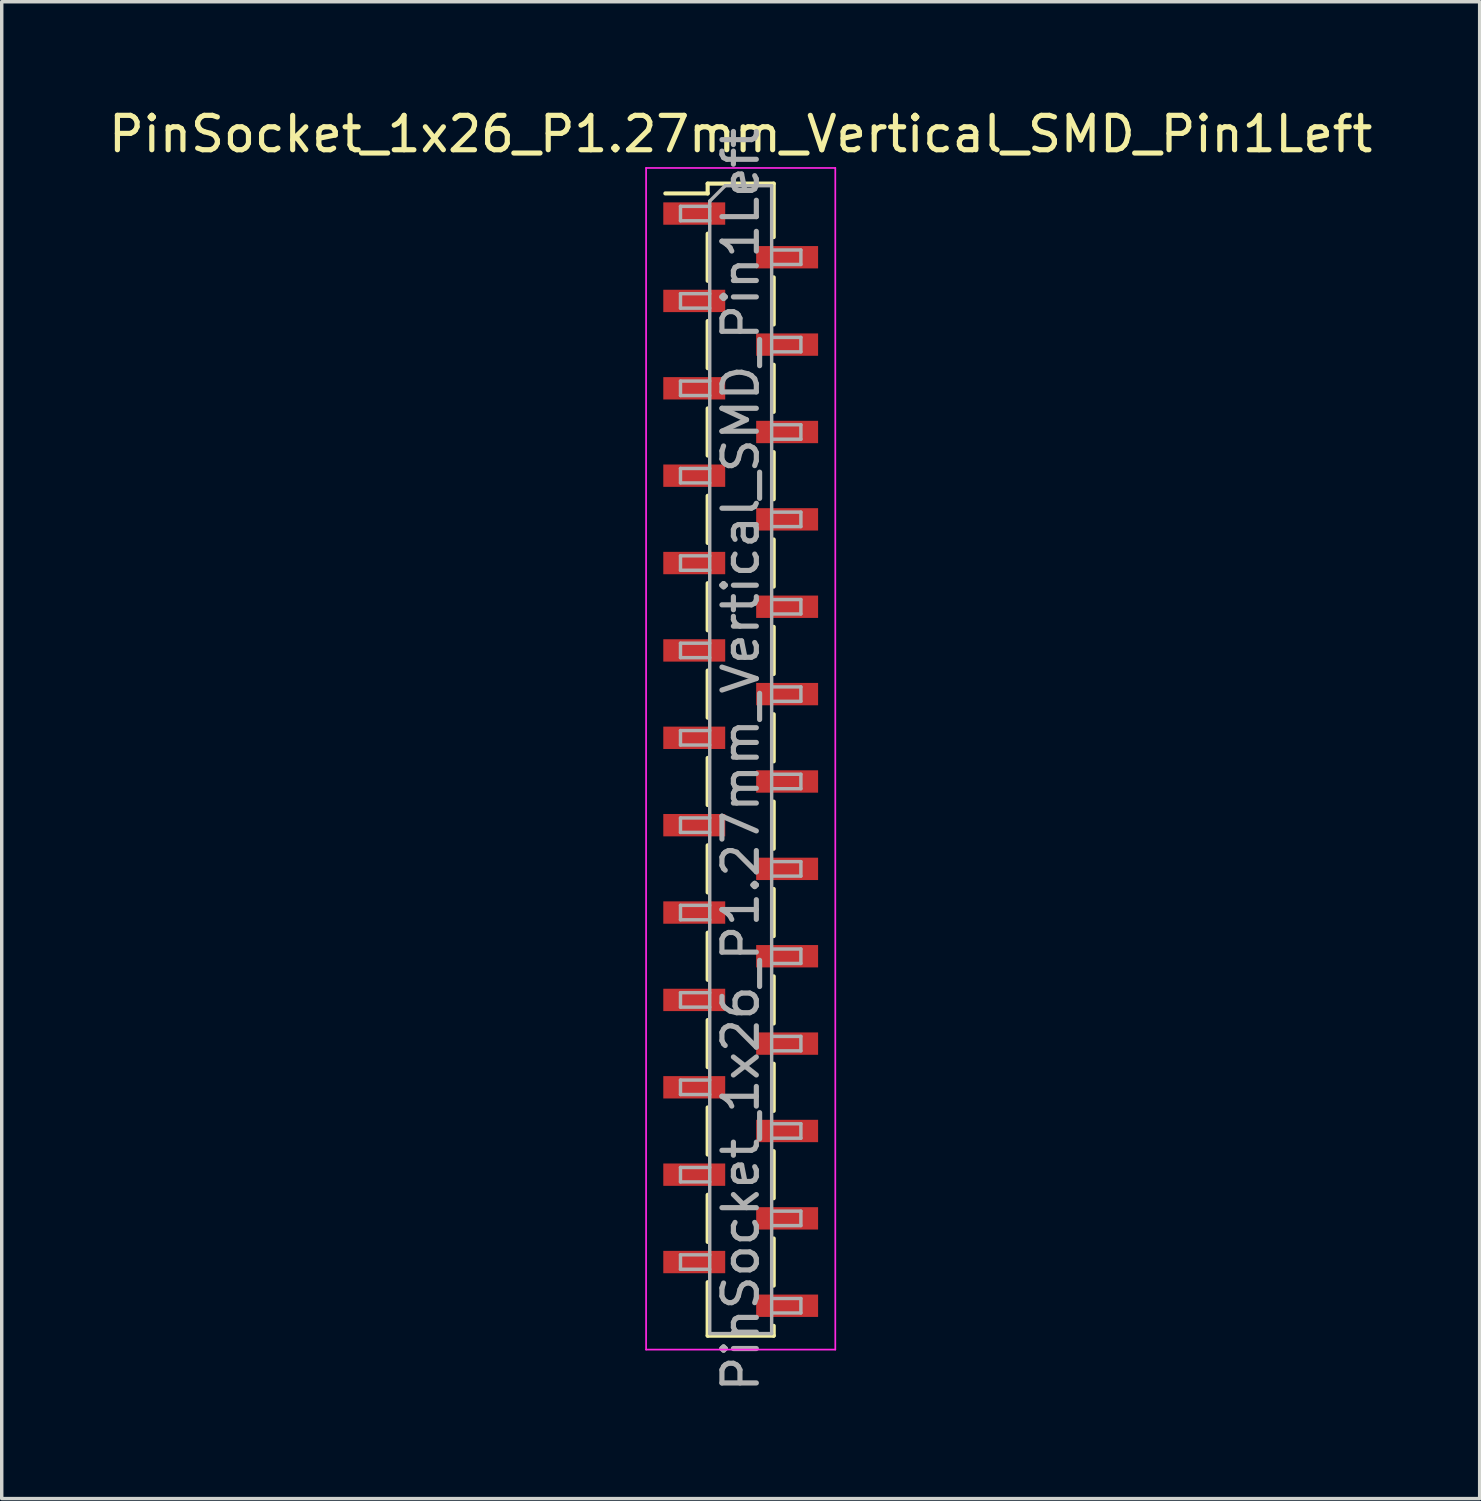
<source format=kicad_pcb>
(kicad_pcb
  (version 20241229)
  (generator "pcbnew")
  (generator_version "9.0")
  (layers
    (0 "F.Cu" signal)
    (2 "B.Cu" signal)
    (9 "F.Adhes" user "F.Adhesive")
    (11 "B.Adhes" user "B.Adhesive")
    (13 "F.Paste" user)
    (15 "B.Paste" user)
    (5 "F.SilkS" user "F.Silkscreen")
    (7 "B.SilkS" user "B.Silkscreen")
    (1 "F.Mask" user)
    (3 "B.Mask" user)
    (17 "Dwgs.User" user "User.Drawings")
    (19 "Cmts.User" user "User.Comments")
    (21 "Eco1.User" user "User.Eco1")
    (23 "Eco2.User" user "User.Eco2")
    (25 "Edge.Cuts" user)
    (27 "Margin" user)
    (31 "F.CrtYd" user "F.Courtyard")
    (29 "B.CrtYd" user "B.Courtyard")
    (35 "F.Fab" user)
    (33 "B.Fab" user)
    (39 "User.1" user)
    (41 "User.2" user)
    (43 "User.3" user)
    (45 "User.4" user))
  (footprint "PinSocket_1x26_P1.27mm_Vertical_SMD_Pin1Left"
    (layer "F.Cu")
    (at 18.482 19.033)
    (property "Reference" "PinSocket_1x26_P1.27mm_Vertical_SMD_Pin1Left" (at 0 -18.185 0) (layer "F.SilkS") (effects (font (size 1 1) (thickness 0.15))))
    (attr smd)
    (fp_line (start -2.19 -16.46) (end -0.96 -16.46) (stroke (width 0.12) (type solid)) (layer "F.SilkS"))
    (fp_line (start -0.96 -16.745) (end -0.96 -16.46) (stroke (width 0.12) (type solid)) (layer "F.SilkS"))
    (fp_line (start -0.96 -16.745) (end 0.96 -16.745) (stroke (width 0.12) (type solid)) (layer "F.SilkS"))
    (fp_line (start -0.96 -15.29) (end -0.96 -13.92) (stroke (width 0.12) (type solid)) (layer "F.SilkS"))
    (fp_line (start -0.96 -12.75) (end -0.96 -11.38) (stroke (width 0.12) (type solid)) (layer "F.SilkS"))
    (fp_line (start -0.96 -10.21) (end -0.96 -8.84) (stroke (width 0.12) (type solid)) (layer "F.SilkS"))
    (fp_line (start -0.96 -7.67) (end -0.96 -6.3) (stroke (width 0.12) (type solid)) (layer "F.SilkS"))
    (fp_line (start -0.96 -5.13) (end -0.96 -3.76) (stroke (width 0.12) (type solid)) (layer "F.SilkS"))
    (fp_line (start -0.96 -2.59) (end -0.96 -1.22) (stroke (width 0.12) (type solid)) (layer "F.SilkS"))
    (fp_line (start -0.96 -0.05) (end -0.96 1.32) (stroke (width 0.12) (type solid)) (layer "F.SilkS"))
    (fp_line (start -0.96 2.49) (end -0.96 3.86) (stroke (width 0.12) (type solid)) (layer "F.SilkS"))
    (fp_line (start -0.96 5.03) (end -0.96 6.4) (stroke (width 0.12) (type solid)) (layer "F.SilkS"))
    (fp_line (start -0.96 7.57) (end -0.96 8.94) (stroke (width 0.12) (type solid)) (layer "F.SilkS"))
    (fp_line (start -0.96 10.11) (end -0.96 11.48) (stroke (width 0.12) (type solid)) (layer "F.SilkS"))
    (fp_line (start -0.96 12.65) (end -0.96 14.02) (stroke (width 0.12) (type solid)) (layer "F.SilkS"))
    (fp_line (start -0.96 15.19) (end -0.96 16.745) (stroke (width 0.12) (type solid)) (layer "F.SilkS"))
    (fp_line (start -0.96 16.745) (end 0.96 16.745) (stroke (width 0.12) (type solid)) (layer "F.SilkS"))
    (fp_line (start 0.96 -16.745) (end 0.96 -15.19) (stroke (width 0.12) (type solid)) (layer "F.SilkS"))
    (fp_line (start 0.96 -14.02) (end 0.96 -12.65) (stroke (width 0.12) (type solid)) (layer "F.SilkS"))
    (fp_line (start 0.96 -11.48) (end 0.96 -10.11) (stroke (width 0.12) (type solid)) (layer "F.SilkS"))
    (fp_line (start 0.96 -8.94) (end 0.96 -7.57) (stroke (width 0.12) (type solid)) (layer "F.SilkS"))
    (fp_line (start 0.96 -6.4) (end 0.96 -5.03) (stroke (width 0.12) (type solid)) (layer "F.SilkS"))
    (fp_line (start 0.96 -3.86) (end 0.96 -2.49) (stroke (width 0.12) (type solid)) (layer "F.SilkS"))
    (fp_line (start 0.96 -1.32) (end 0.96 0.05) (stroke (width 0.12) (type solid)) (layer "F.SilkS"))
    (fp_line (start 0.96 1.22) (end 0.96 2.59) (stroke (width 0.12) (type solid)) (layer "F.SilkS"))
    (fp_line (start 0.96 3.76) (end 0.96 5.13) (stroke (width 0.12) (type solid)) (layer "F.SilkS"))
    (fp_line (start 0.96 6.3) (end 0.96 7.67) (stroke (width 0.12) (type solid)) (layer "F.SilkS"))
    (fp_line (start 0.96 8.84) (end 0.96 10.21) (stroke (width 0.12) (type solid)) (layer "F.SilkS"))
    (fp_line (start 0.96 11.38) (end 0.96 12.75) (stroke (width 0.12) (type solid)) (layer "F.SilkS"))
    (fp_line (start 0.96 13.92) (end 0.96 15.29) (stroke (width 0.12) (type solid)) (layer "F.SilkS"))
    (fp_line (start 0.96 16.46) (end 0.96 16.745) (stroke (width 0.12) (type solid)) (layer "F.SilkS"))
    (fp_line (start -2.75 -17.2) (end 2.75 -17.2) (stroke (width 0.05) (type solid)) (layer "F.CrtYd"))
    (fp_line (start -2.75 17.15) (end -2.75 -17.2) (stroke (width 0.05) (type solid)) (layer "F.CrtYd"))
    (fp_line (start 2.75 -17.2) (end 2.75 17.15) (stroke (width 0.05) (type solid)) (layer "F.CrtYd"))
    (fp_line (start 2.75 17.15) (end -2.75 17.15) (stroke (width 0.05) (type solid)) (layer "F.CrtYd"))
    (fp_line (start -1.75 -16.085) (end -0.9 -16.085) (stroke (width 0.1) (type solid)) (layer "F.Fab"))
    (fp_line (start -1.75 -15.665) (end -1.75 -16.085) (stroke (width 0.1) (type solid)) (layer "F.Fab"))
    (fp_line (start -1.75 -13.545) (end -0.9 -13.545) (stroke (width 0.1) (type solid)) (layer "F.Fab"))
    (fp_line (start -1.75 -13.125) (end -1.75 -13.545) (stroke (width 0.1) (type solid)) (layer "F.Fab"))
    (fp_line (start -1.75 -11.005) (end -0.9 -11.005) (stroke (width 0.1) (type solid)) (layer "F.Fab"))
    (fp_line (start -1.75 -10.585) (end -1.75 -11.005) (stroke (width 0.1) (type solid)) (layer "F.Fab"))
    (fp_line (start -1.75 -8.465) (end -0.9 -8.465) (stroke (width 0.1) (type solid)) (layer "F.Fab"))
    (fp_line (start -1.75 -8.045) (end -1.75 -8.465) (stroke (width 0.1) (type solid)) (layer "F.Fab"))
    (fp_line (start -1.75 -5.925) (end -0.9 -5.925) (stroke (width 0.1) (type solid)) (layer "F.Fab"))
    (fp_line (start -1.75 -5.505) (end -1.75 -5.925) (stroke (width 0.1) (type solid)) (layer "F.Fab"))
    (fp_line (start -1.75 -3.385) (end -0.9 -3.385) (stroke (width 0.1) (type solid)) (layer "F.Fab"))
    (fp_line (start -1.75 -2.965) (end -1.75 -3.385) (stroke (width 0.1) (type solid)) (layer "F.Fab"))
    (fp_line (start -1.75 -0.845) (end -0.9 -0.845) (stroke (width 0.1) (type solid)) (layer "F.Fab"))
    (fp_line (start -1.75 -0.425) (end -1.75 -0.845) (stroke (width 0.1) (type solid)) (layer "F.Fab"))
    (fp_line (start -1.75 1.695) (end -0.9 1.695) (stroke (width 0.1) (type solid)) (layer "F.Fab"))
    (fp_line (start -1.75 2.115) (end -1.75 1.695) (stroke (width 0.1) (type solid)) (layer "F.Fab"))
    (fp_line (start -1.75 4.235) (end -0.9 4.235) (stroke (width 0.1) (type solid)) (layer "F.Fab"))
    (fp_line (start -1.75 4.655) (end -1.75 4.235) (stroke (width 0.1) (type solid)) (layer "F.Fab"))
    (fp_line (start -1.75 6.775) (end -0.9 6.775) (stroke (width 0.1) (type solid)) (layer "F.Fab"))
    (fp_line (start -1.75 7.195) (end -1.75 6.775) (stroke (width 0.1) (type solid)) (layer "F.Fab"))
    (fp_line (start -1.75 9.315) (end -0.9 9.315) (stroke (width 0.1) (type solid)) (layer "F.Fab"))
    (fp_line (start -1.75 9.735) (end -1.75 9.315) (stroke (width 0.1) (type solid)) (layer "F.Fab"))
    (fp_line (start -1.75 11.855) (end -0.9 11.855) (stroke (width 0.1) (type solid)) (layer "F.Fab"))
    (fp_line (start -1.75 12.275) (end -1.75 11.855) (stroke (width 0.1) (type solid)) (layer "F.Fab"))
    (fp_line (start -1.75 14.395) (end -0.9 14.395) (stroke (width 0.1) (type solid)) (layer "F.Fab"))
    (fp_line (start -1.75 14.815) (end -1.75 14.395) (stroke (width 0.1) (type solid)) (layer "F.Fab"))
    (fp_line (start -0.9 -16.235) (end -0.45 -16.685) (stroke (width 0.1) (type solid)) (layer "F.Fab"))
    (fp_line (start -0.9 -15.665) (end -1.75 -15.665) (stroke (width 0.1) (type solid)) (layer "F.Fab"))
    (fp_line (start -0.9 -13.125) (end -1.75 -13.125) (stroke (width 0.1) (type solid)) (layer "F.Fab"))
    (fp_line (start -0.9 -10.585) (end -1.75 -10.585) (stroke (width 0.1) (type solid)) (layer "F.Fab"))
    (fp_line (start -0.9 -8.045) (end -1.75 -8.045) (stroke (width 0.1) (type solid)) (layer "F.Fab"))
    (fp_line (start -0.9 -5.505) (end -1.75 -5.505) (stroke (width 0.1) (type solid)) (layer "F.Fab"))
    (fp_line (start -0.9 -2.965) (end -1.75 -2.965) (stroke (width 0.1) (type solid)) (layer "F.Fab"))
    (fp_line (start -0.9 -0.425) (end -1.75 -0.425) (stroke (width 0.1) (type solid)) (layer "F.Fab"))
    (fp_line (start -0.9 2.115) (end -1.75 2.115) (stroke (width 0.1) (type solid)) (layer "F.Fab"))
    (fp_line (start -0.9 4.655) (end -1.75 4.655) (stroke (width 0.1) (type solid)) (layer "F.Fab"))
    (fp_line (start -0.9 7.195) (end -1.75 7.195) (stroke (width 0.1) (type solid)) (layer "F.Fab"))
    (fp_line (start -0.9 9.735) (end -1.75 9.735) (stroke (width 0.1) (type solid)) (layer "F.Fab"))
    (fp_line (start -0.9 12.275) (end -1.75 12.275) (stroke (width 0.1) (type solid)) (layer "F.Fab"))
    (fp_line (start -0.9 14.815) (end -1.75 14.815) (stroke (width 0.1) (type solid)) (layer "F.Fab"))
    (fp_line (start -0.9 16.685) (end -0.9 -16.235) (stroke (width 0.1) (type solid)) (layer "F.Fab"))
    (fp_line (start -0.45 -16.685) (end 0.9 -16.685) (stroke (width 0.1) (type solid)) (layer "F.Fab"))
    (fp_line (start 0.9 -16.685) (end 0.9 16.685) (stroke (width 0.1) (type solid)) (layer "F.Fab"))
    (fp_line (start 0.9 -14.815) (end 1.75 -14.815) (stroke (width 0.1) (type solid)) (layer "F.Fab"))
    (fp_line (start 0.9 -12.275) (end 1.75 -12.275) (stroke (width 0.1) (type solid)) (layer "F.Fab"))
    (fp_line (start 0.9 -9.735) (end 1.75 -9.735) (stroke (width 0.1) (type solid)) (layer "F.Fab"))
    (fp_line (start 0.9 -7.195) (end 1.75 -7.195) (stroke (width 0.1) (type solid)) (layer "F.Fab"))
    (fp_line (start 0.9 -4.655) (end 1.75 -4.655) (stroke (width 0.1) (type solid)) (layer "F.Fab"))
    (fp_line (start 0.9 -2.115) (end 1.75 -2.115) (stroke (width 0.1) (type solid)) (layer "F.Fab"))
    (fp_line (start 0.9 0.425) (end 1.75 0.425) (stroke (width 0.1) (type solid)) (layer "F.Fab"))
    (fp_line (start 0.9 2.965) (end 1.75 2.965) (stroke (width 0.1) (type solid)) (layer "F.Fab"))
    (fp_line (start 0.9 5.505) (end 1.75 5.505) (stroke (width 0.1) (type solid)) (layer "F.Fab"))
    (fp_line (start 0.9 8.045) (end 1.75 8.045) (stroke (width 0.1) (type solid)) (layer "F.Fab"))
    (fp_line (start 0.9 10.585) (end 1.75 10.585) (stroke (width 0.1) (type solid)) (layer "F.Fab"))
    (fp_line (start 0.9 13.125) (end 1.75 13.125) (stroke (width 0.1) (type solid)) (layer "F.Fab"))
    (fp_line (start 0.9 15.665) (end 1.75 15.665) (stroke (width 0.1) (type solid)) (layer "F.Fab"))
    (fp_line (start 0.9 16.685) (end -0.9 16.685) (stroke (width 0.1) (type solid)) (layer "F.Fab"))
    (fp_line (start 1.75 -14.815) (end 1.75 -14.395) (stroke (width 0.1) (type solid)) (layer "F.Fab"))
    (fp_line (start 1.75 -14.395) (end 0.9 -14.395) (stroke (width 0.1) (type solid)) (layer "F.Fab"))
    (fp_line (start 1.75 -12.275) (end 1.75 -11.855) (stroke (width 0.1) (type solid)) (layer "F.Fab"))
    (fp_line (start 1.75 -11.855) (end 0.9 -11.855) (stroke (width 0.1) (type solid)) (layer "F.Fab"))
    (fp_line (start 1.75 -9.735) (end 1.75 -9.315) (stroke (width 0.1) (type solid)) (layer "F.Fab"))
    (fp_line (start 1.75 -9.315) (end 0.9 -9.315) (stroke (width 0.1) (type solid)) (layer "F.Fab"))
    (fp_line (start 1.75 -7.195) (end 1.75 -6.775) (stroke (width 0.1) (type solid)) (layer "F.Fab"))
    (fp_line (start 1.75 -6.775) (end 0.9 -6.775) (stroke (width 0.1) (type solid)) (layer "F.Fab"))
    (fp_line (start 1.75 -4.655) (end 1.75 -4.235) (stroke (width 0.1) (type solid)) (layer "F.Fab"))
    (fp_line (start 1.75 -4.235) (end 0.9 -4.235) (stroke (width 0.1) (type solid)) (layer "F.Fab"))
    (fp_line (start 1.75 -2.115) (end 1.75 -1.695) (stroke (width 0.1) (type solid)) (layer "F.Fab"))
    (fp_line (start 1.75 -1.695) (end 0.9 -1.695) (stroke (width 0.1) (type solid)) (layer "F.Fab"))
    (fp_line (start 1.75 0.425) (end 1.75 0.845) (stroke (width 0.1) (type solid)) (layer "F.Fab"))
    (fp_line (start 1.75 0.845) (end 0.9 0.845) (stroke (width 0.1) (type solid)) (layer "F.Fab"))
    (fp_line (start 1.75 2.965) (end 1.75 3.385) (stroke (width 0.1) (type solid)) (layer "F.Fab"))
    (fp_line (start 1.75 3.385) (end 0.9 3.385) (stroke (width 0.1) (type solid)) (layer "F.Fab"))
    (fp_line (start 1.75 5.505) (end 1.75 5.925) (stroke (width 0.1) (type solid)) (layer "F.Fab"))
    (fp_line (start 1.75 5.925) (end 0.9 5.925) (stroke (width 0.1) (type solid)) (layer "F.Fab"))
    (fp_line (start 1.75 8.045) (end 1.75 8.465) (stroke (width 0.1) (type solid)) (layer "F.Fab"))
    (fp_line (start 1.75 8.465) (end 0.9 8.465) (stroke (width 0.1) (type solid)) (layer "F.Fab"))
    (fp_line (start 1.75 10.585) (end 1.75 11.005) (stroke (width 0.1) (type solid)) (layer "F.Fab"))
    (fp_line (start 1.75 11.005) (end 0.9 11.005) (stroke (width 0.1) (type solid)) (layer "F.Fab"))
    (fp_line (start 1.75 13.125) (end 1.75 13.545) (stroke (width 0.1) (type solid)) (layer "F.Fab"))
    (fp_line (start 1.75 13.545) (end 0.9 13.545) (stroke (width 0.1) (type solid)) (layer "F.Fab"))
    (fp_line (start 1.75 15.665) (end 1.75 16.085) (stroke (width 0.1) (type solid)) (layer "F.Fab"))
    (fp_line (start 1.75 16.085) (end 0.9 16.085) (stroke (width 0.1) (type solid)) (layer "F.Fab"))
    (fp_text user "${REFERENCE}" (at 0 0 90) (layer "F.Fab") (effects (font (size 1 1) (thickness 0.15))))
    (pad "1" smd rect (at -1.35 -15.875) (size 1.8 0.65) (layers "F.Cu" "F.Mask" "F.Paste"))
    (pad "2" smd rect (at 1.35 -14.605) (size 1.8 0.65) (layers "F.Cu" "F.Mask" "F.Paste"))
    (pad "3" smd rect (at -1.35 -13.335) (size 1.8 0.65) (layers "F.Cu" "F.Mask" "F.Paste"))
    (pad "4" smd rect (at 1.35 -12.065) (size 1.8 0.65) (layers "F.Cu" "F.Mask" "F.Paste"))
    (pad "5" smd rect (at -1.35 -10.795) (size 1.8 0.65) (layers "F.Cu" "F.Mask" "F.Paste"))
    (pad "6" smd rect (at 1.35 -9.525) (size 1.8 0.65) (layers "F.Cu" "F.Mask" "F.Paste"))
    (pad "7" smd rect (at -1.35 -8.255) (size 1.8 0.65) (layers "F.Cu" "F.Mask" "F.Paste"))
    (pad "8" smd rect (at 1.35 -6.985) (size 1.8 0.65) (layers "F.Cu" "F.Mask" "F.Paste"))
    (pad "9" smd rect (at -1.35 -5.715) (size 1.8 0.65) (layers "F.Cu" "F.Mask" "F.Paste"))
    (pad "10" smd rect (at 1.35 -4.445) (size 1.8 0.65) (layers "F.Cu" "F.Mask" "F.Paste"))
    (pad "11" smd rect (at -1.35 -3.175) (size 1.8 0.65) (layers "F.Cu" "F.Mask" "F.Paste"))
    (pad "12" smd rect (at 1.35 -1.905) (size 1.8 0.65) (layers "F.Cu" "F.Mask" "F.Paste"))
    (pad "13" smd rect (at -1.35 -0.635) (size 1.8 0.65) (layers "F.Cu" "F.Mask" "F.Paste"))
    (pad "14" smd rect (at 1.35 0.635) (size 1.8 0.65) (layers "F.Cu" "F.Mask" "F.Paste"))
    (pad "15" smd rect (at -1.35 1.905) (size 1.8 0.65) (layers "F.Cu" "F.Mask" "F.Paste"))
    (pad "16" smd rect (at 1.35 3.175) (size 1.8 0.65) (layers "F.Cu" "F.Mask" "F.Paste"))
    (pad "17" smd rect (at -1.35 4.445) (size 1.8 0.65) (layers "F.Cu" "F.Mask" "F.Paste"))
    (pad "18" smd rect (at 1.35 5.715) (size 1.8 0.65) (layers "F.Cu" "F.Mask" "F.Paste"))
    (pad "19" smd rect (at -1.35 6.985) (size 1.8 0.65) (layers "F.Cu" "F.Mask" "F.Paste"))
    (pad "20" smd rect (at 1.35 8.255) (size 1.8 0.65) (layers "F.Cu" "F.Mask" "F.Paste"))
    (pad "21" smd rect (at -1.35 9.525) (size 1.8 0.65) (layers "F.Cu" "F.Mask" "F.Paste"))
    (pad "22" smd rect (at 1.35 10.795) (size 1.8 0.65) (layers "F.Cu" "F.Mask" "F.Paste"))
    (pad "23" smd rect (at -1.35 12.065) (size 1.8 0.65) (layers "F.Cu" "F.Mask" "F.Paste"))
    (pad "24" smd rect (at 1.35 13.335) (size 1.8 0.65) (layers "F.Cu" "F.Mask" "F.Paste"))
    (pad "25" smd rect (at -1.35 14.605) (size 1.8 0.65) (layers "F.Cu" "F.Mask" "F.Paste"))
    (pad "26" smd rect (at 1.35 15.875) (size 1.8 0.65) (layers "F.Cu" "F.Mask" "F.Paste")))
  (gr_rect
    (start -3 -3)
    (end 39.964 40.515)
    (stroke (width 0.1) (type default))
    (fill no)
    (layer "Edge.Cuts")))
</source>
